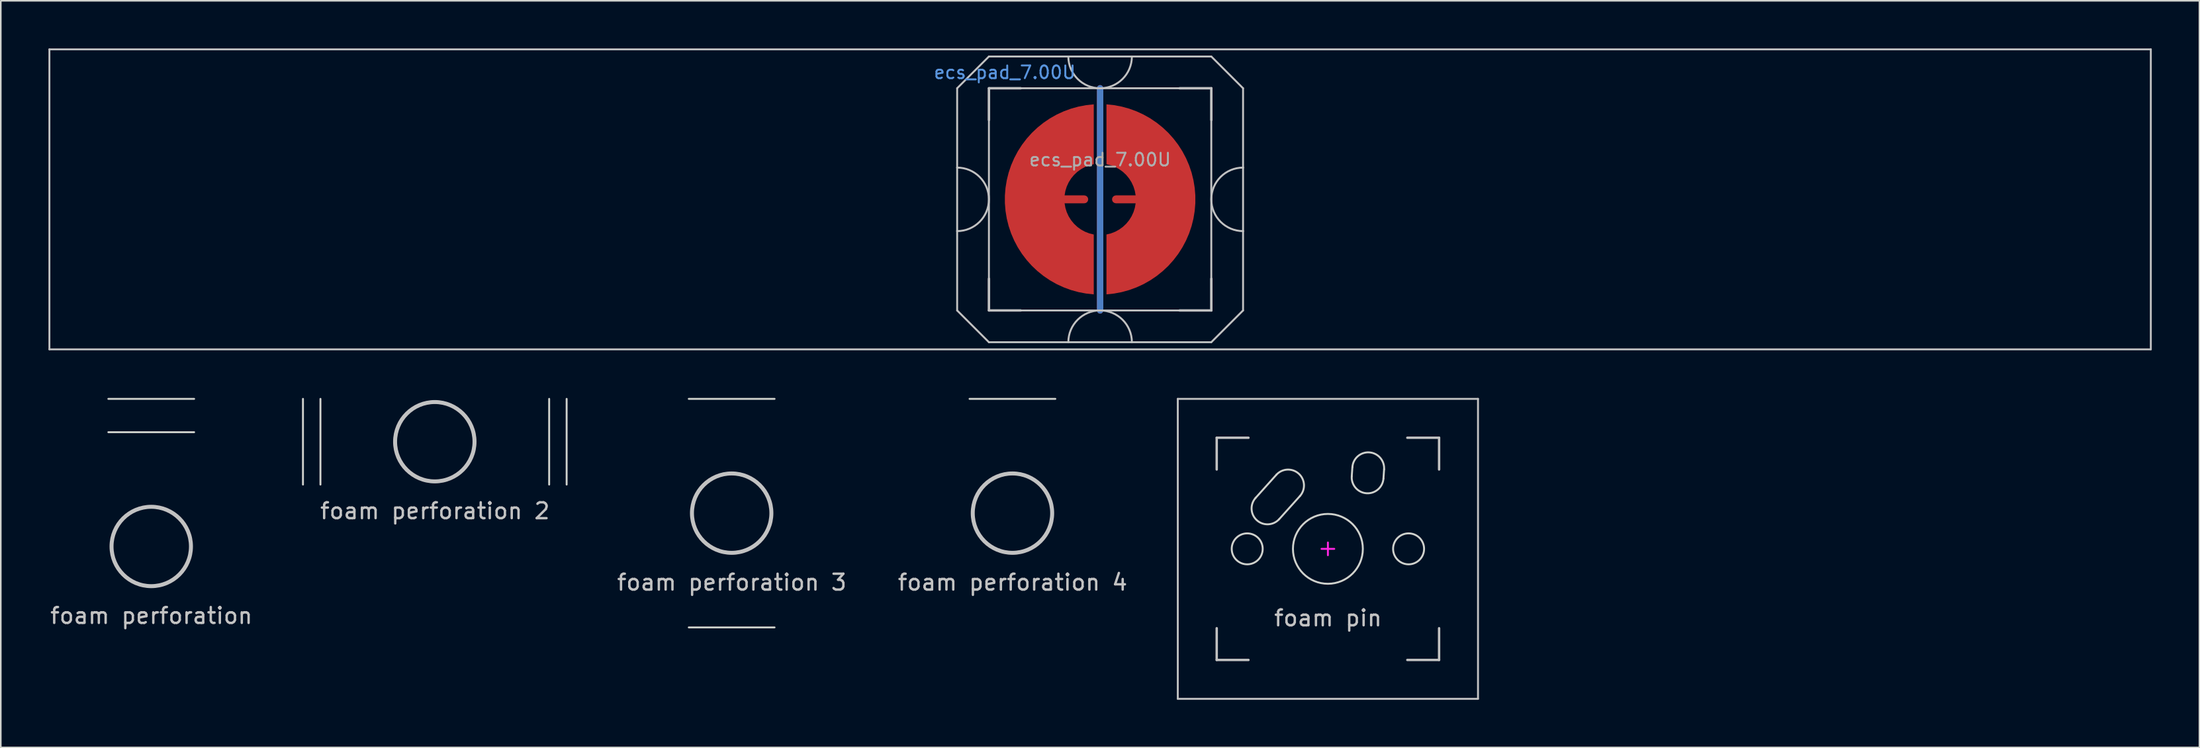
<source format=kicad_pcb>
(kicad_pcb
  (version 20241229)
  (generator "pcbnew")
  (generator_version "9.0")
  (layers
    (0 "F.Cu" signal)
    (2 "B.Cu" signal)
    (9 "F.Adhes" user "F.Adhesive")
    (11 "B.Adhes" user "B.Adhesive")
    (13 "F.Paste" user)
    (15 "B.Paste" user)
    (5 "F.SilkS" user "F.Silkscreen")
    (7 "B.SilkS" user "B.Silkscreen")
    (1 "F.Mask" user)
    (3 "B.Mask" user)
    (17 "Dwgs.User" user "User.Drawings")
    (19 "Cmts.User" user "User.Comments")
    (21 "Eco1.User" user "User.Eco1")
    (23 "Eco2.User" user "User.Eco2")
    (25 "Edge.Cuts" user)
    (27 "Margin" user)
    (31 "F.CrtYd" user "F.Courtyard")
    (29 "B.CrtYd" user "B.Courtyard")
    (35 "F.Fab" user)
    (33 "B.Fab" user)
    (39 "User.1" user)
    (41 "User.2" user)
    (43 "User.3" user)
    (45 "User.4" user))
  (footprint "foam perforation 3"
    (layer "F.Cu")
    (at 43.014 29.28)
    (property "Reference" "foam perforation 3" (at 0.01 4.36 0) (unlocked yes) (layer "Dwgs.User") (effects (font (size 1 1) (thickness 0.15))))
    (attr through_hole)
    (fp_circle (center 0 0) (end 2.5 0) (stroke (width 0.25) (type solid)) (fill no) (layer "Dwgs.User"))
    (fp_line (start -2.7 -7.2) (end 2.7 -7.2) (stroke (width 0.12) (type default)) (layer "Edge.Cuts"))
    (fp_line (start -2.7 7.2) (end 2.7 7.2) (stroke (width 0.12) (type default)) (layer "Edge.Cuts")))
  (footprint "foam pin"
    (layer "F.Cu")
    (at 80.551 31.53)
    (property "Reference" "foam pin" (at 0.01 4.36 0) (unlocked yes) (layer "Dwgs.User") (effects (font (size 1 1) (thickness 0.15))))
    (attr through_hole)
    (fp_line (start -9.45 -9.45) (end 9.45 -9.45) (stroke (width 0.12) (type solid)) (layer "Dwgs.User"))
    (fp_line (start -9.45 9.45) (end -9.45 -9.45) (stroke (width 0.12) (type solid)) (layer "Dwgs.User"))
    (fp_line (start -7 -7) (end -7 -5) (stroke (width 0.15) (type solid)) (layer "Dwgs.User"))
    (fp_line (start -7 5) (end -7 7) (stroke (width 0.15) (type solid)) (layer "Dwgs.User"))
    (fp_line (start -7 7) (end -5 7) (stroke (width 0.15) (type solid)) (layer "Dwgs.User"))
    (fp_line (start -5 -7) (end -7 -7) (stroke (width 0.15) (type solid)) (layer "Dwgs.User"))
    (fp_line (start 5 -7) (end 7 -7) (stroke (width 0.15) (type solid)) (layer "Dwgs.User"))
    (fp_line (start 5 7) (end 7 7) (stroke (width 0.15) (type solid)) (layer "Dwgs.User"))
    (fp_line (start 7 -7) (end 7 -5) (stroke (width 0.15) (type solid)) (layer "Dwgs.User"))
    (fp_line (start 7 7) (end 7 5) (stroke (width 0.15) (type solid)) (layer "Dwgs.User"))
    (fp_line (start 9.45 -9.45) (end 9.45 9.45) (stroke (width 0.12) (type solid)) (layer "Dwgs.User"))
    (fp_line (start 9.45 9.45) (end -9.45 9.45) (stroke (width 0.12) (type solid)) (layer "Dwgs.User"))
    (fp_line (start -4.554 -3.208) (end -3.244 -4.668) (stroke (width 0.12) (type default)) (layer "Edge.Cuts"))
    (fp_line (start -3.066 -1.872) (end -1.756 -3.332) (stroke (width 0.12) (type default)) (layer "Edge.Cuts"))
    (fp_line (start 1.542 -5.148) (end 1.502 -4.568) (stroke (width 0.12) (type default)) (layer "Edge.Cuts"))
    (fp_line (start 3.538 -5.012) (end 3.498 -4.432) (stroke (width 0.12) (type default)) (layer "Edge.Cuts"))
    (fp_arc (start -3.244312 -4.667833) (mid -1.832167 -4.744312) (end -1.755688 -3.332167) (stroke (width 0.12) (type default)) (layer "Edge.Cuts"))
    (fp_arc (start -3.065688 -1.872167) (mid -4.477833 -1.795688) (end -4.554312 -3.207833) (stroke (width 0.12) (type default)) (layer "Edge.Cuts"))
    (fp_arc (start 1.542316 -5.148015) (mid 2.608015 -6.077684) (end 3.537684 -5.011985) (stroke (width 0.12) (type default)) (layer "Edge.Cuts"))
    (fp_arc (start 3.497684 -4.431985) (mid 2.431985 -3.502316) (end 1.502316 -4.568015) (stroke (width 0.12) (type default)) (layer "Edge.Cuts"))
    (fp_circle (center -5.08 0) (end -4.105 0) (stroke (width 0.12) (type solid)) (fill no) (layer "Edge.Cuts"))
    (fp_circle (center 0 0) (end 2.2 0) (stroke (width 0.12) (type solid)) (fill no) (layer "Edge.Cuts"))
    (fp_circle (center 5.08 0) (end 6.055 0) (stroke (width 0.12) (type solid)) (fill no) (layer "Edge.Cuts"))
    (fp_line (start -0.4 0) (end 0.4 0) (stroke (width 0.12) (type default)) (layer "F.CrtYd"))
    (fp_line (start 0 -0.4) (end 0 0.4) (stroke (width 0.12) (type default)) (layer "F.CrtYd")))
  (footprint "foam perforation 2"
    (layer "F.Cu")
    (at 24.324 24.78)
    (property "Reference" "foam perforation 2" (at 0.01 4.36 0) (unlocked yes) (layer "Dwgs.User") (effects (font (size 1 1) (thickness 0.15))))
    (attr through_hole)
    (fp_circle (center 0 0) (end 2.5 0) (stroke (width 0.25) (type solid)) (fill no) (layer "Dwgs.User"))
    (fp_line (start -8.3 -2.7) (end -8.3 2.7) (stroke (width 0.12) (type default)) (layer "Edge.Cuts"))
    (fp_line (start -7.2 -2.7) (end -7.2 2.7) (stroke (width 0.12) (type default)) (layer "Edge.Cuts"))
    (fp_line (start 7.2 -2.7) (end 7.2 2.7) (stroke (width 0.12) (type default)) (layer "Edge.Cuts"))
    (fp_line (start 8.3 -2.7) (end 8.3 2.7) (stroke (width 0.12) (type default)) (layer "Edge.Cuts")))
  (footprint "foam perforation"
    (layer "F.Cu")
    (at 6.472 31.38)
    (property "Reference" "foam perforation" (at 0.01 4.36 0) (unlocked yes) (layer "Dwgs.User") (effects (font (size 1 1) (thickness 0.15))))
    (attr through_hole)
    (fp_circle (center 0 0) (end 2.5 0) (stroke (width 0.25) (type solid)) (fill no) (layer "Dwgs.User"))
    (fp_line (start -2.7 -9.3) (end 2.7 -9.3) (stroke (width 0.12) (type default)) (layer "Edge.Cuts"))
    (fp_line (start -2.7 -7.2) (end 2.7 -7.2) (stroke (width 0.12) (type default)) (layer "Edge.Cuts")))
  (footprint "foam perforation 4"
    (layer "F.Cu")
    (at 60.692 29.28)
    (property "Reference" "foam perforation 4" (at 0.01 4.36 0) (unlocked yes) (layer "Dwgs.User") (effects (font (size 1 1) (thickness 0.15))))
    (attr through_hole)
    (fp_circle (center 0 0) (end 2.5 0) (stroke (width 0.25) (type solid)) (fill no) (layer "Dwgs.User"))
    (fp_line (start -2.7 -7.2) (end 2.7 -7.2) (stroke (width 0.12) (type default)) (layer "Edge.Cuts")))
  (footprint "ecs_pad_7.00U"
    (layer "F.Cu")
    (at 66.21 9.51)
    (property "Reference" "ecs_pad_7.00U" (at -6 -8 0) (layer "Cmts.User") (effects (font (size 0.8 0.8) (thickness 0.12))))
    (attr smd)
    (fp_line (start -66.15 -9.45) (end 66.15 -9.45) (stroke (width 0.12) (type solid)) (layer "Dwgs.User"))
    (fp_line (start -66.15 9.45) (end -66.15 -9.45) (stroke (width 0.12) (type solid)) (layer "Dwgs.User"))
    (fp_line (start -9 -7) (end -9 -2) (stroke (width 0.12) (type solid)) (layer "Dwgs.User"))
    (fp_line (start -9 -2) (end -9 2) (stroke (width 0.12) (type solid)) (layer "Dwgs.User"))
    (fp_line (start -9 2) (end -9 7) (stroke (width 0.12) (type solid)) (layer "Dwgs.User"))
    (fp_line (start -9 7) (end -7 9) (stroke (width 0.12) (type solid)) (layer "Dwgs.User"))
    (fp_line (start -7 -9) (end -9 -7) (stroke (width 0.12) (type solid)) (layer "Dwgs.User"))
    (fp_line (start -7 -7) (end -7 7) (stroke (width 0.12) (type solid)) (layer "Dwgs.User"))
    (fp_line (start -7 7) (end 7 7) (stroke (width 0.12) (type solid)) (layer "Dwgs.User"))
    (fp_line (start -7 9) (end 7 9) (stroke (width 0.12) (type solid)) (layer "Dwgs.User"))
    (fp_line (start -6.997 -7) (end -6.997 -5) (stroke (width 0.15) (type solid)) (layer "Dwgs.User"))
    (fp_line (start -6.997 5) (end -6.997 7) (stroke (width 0.15) (type solid)) (layer "Dwgs.User"))
    (fp_line (start -6.997 7) (end -4.997 7) (stroke (width 0.15) (type solid)) (layer "Dwgs.User"))
    (fp_line (start -4.997 -7) (end -6.997 -7) (stroke (width 0.15) (type solid)) (layer "Dwgs.User"))
    (fp_line (start 5.003 -7) (end 7.003 -7) (stroke (width 0.15) (type solid)) (layer "Dwgs.User"))
    (fp_line (start 5.003 7) (end 7.003 7) (stroke (width 0.15) (type solid)) (layer "Dwgs.User"))
    (fp_line (start 7 -9) (end -7 -9) (stroke (width 0.12) (type solid)) (layer "Dwgs.User"))
    (fp_line (start 7 -9) (end 9 -7) (stroke (width 0.12) (type solid)) (layer "Dwgs.User"))
    (fp_line (start 7 -7) (end -7 -7) (stroke (width 0.12) (type solid)) (layer "Dwgs.User"))
    (fp_line (start 7 7) (end 7 -7) (stroke (width 0.12) (type solid)) (layer "Dwgs.User"))
    (fp_line (start 7 9) (end 9 7) (stroke (width 0.12) (type solid)) (layer "Dwgs.User"))
    (fp_line (start 7.003 -7) (end 7.003 -5) (stroke (width 0.15) (type solid)) (layer "Dwgs.User"))
    (fp_line (start 7.003 7) (end 7.003 5) (stroke (width 0.15) (type solid)) (layer "Dwgs.User"))
    (fp_line (start 9 -2) (end 9 -7) (stroke (width 0.12) (type solid)) (layer "Dwgs.User"))
    (fp_line (start 9 -2) (end 9 2) (stroke (width 0.12) (type solid)) (layer "Dwgs.User"))
    (fp_line (start 9 7) (end 9 2) (stroke (width 0.12) (type solid)) (layer "Dwgs.User"))
    (fp_line (start 66.15 -9.45) (end 66.15 9.45) (stroke (width 0.12) (type solid)) (layer "Dwgs.User"))
    (fp_line (start 66.15 9.45) (end -66.15 9.45) (stroke (width 0.12) (type solid)) (layer "Dwgs.User"))
    (fp_arc (start -9 -2) (mid -7 0) (end -9 2) (stroke (width 0.12) (type solid)) (layer "Dwgs.User"))
    (fp_arc (start -2 9) (mid 0 7) (end 2 9) (stroke (width 0.12) (type solid)) (layer "Dwgs.User"))
    (fp_arc (start 2 -9) (mid 0 -7) (end -2 -9) (stroke (width 0.12) (type solid)) (layer "Dwgs.User"))
    (fp_arc (start 9 2) (mid 7 0) (end 9 -2) (stroke (width 0.12) (type solid)) (layer "Dwgs.User"))
    (fp_circle (center 0 0) (end 6.553 0) (stroke (width 0.12) (type solid)) (fill no) (layer "User.3"))
    (fp_text user "${REFERENCE}" (at 0 -2.5 0) (layer "F.Fab") (effects (font (size 0.8 0.8) (thickness 0.12))))
    (pad "1" smd custom (at -1 0) (size 0.4 0.4) (layers "F.Cu") (options (anchor circle)) (primitives (gr_poly (pts (xy 0.6 -2.214) (xy 0.32 -2.145) (xy 0.052 -2.041) (xy -0.201 -1.903) (xy -0.434 -1.734) (xy -0.644 -1.536) (xy -0.826 -1.314) (xy -0.979 -1.07) (xy -1.1 -0.808) (xy -1.186 -0.534) (xy -1.236 -0.25) (xy 0 -0.25) (xy 0.096 -0.231) (xy 0.177 -0.177) (xy 0.231 -0.096) (xy 0.25 0) (xy 0.231 0.096) (xy 0.177 0.177) (xy 0.096 0.231) (xy 0 0.25) (xy -1.236 0.25) (xy -1.186 0.534) (xy -1.1 0.808) (xy -0.979 1.07) (xy -0.826 1.314) (xy -0.644 1.536) (xy -0.434 1.734) (xy -0.201 1.903) (xy 0.052 2.041) (xy 0.32 2.145) (xy 0.6 2.214) (xy 0.6 5.987) (xy 0.115 5.934) (xy -0.364 5.843) (xy -0.834 5.713) (xy -1.292 5.545) (xy -1.735 5.341) (xy -2.159 5.101) (xy -2.563 4.827) (xy -2.943 4.522) (xy -3.298 4.187) (xy -3.623 3.824) (xy -3.919 3.436) (xy -4.182 3.025) (xy -4.41 2.594) (xy -4.603 2.147) (xy -4.759 1.684) (xy -4.876 1.211) (xy -4.955 0.73) (xy -4.995 0.244) (xy -4.995 -0.244) (xy -4.955 -0.73) (xy -4.876 -1.211) (xy -4.759 -1.684) (xy -4.603 -2.147) (xy -4.41 -2.594) (xy -4.182 -3.025) (xy -3.919 -3.436) (xy -3.623 -3.824) (xy -3.298 -4.187) (xy -2.943 -4.522) (xy -2.563 -4.827) (xy -2.159 -5.101) (xy -1.735 -5.341) (xy -1.292 -5.545) (xy -0.834 -5.713) (xy -0.364 -5.843) (xy 0.115 -5.934) (xy 0.6 -5.987)) (width 0) (fill yes))))
    (pad "2" smd custom (at 1 0 180) (size 0.4 0.4) (layers "F.Cu") (options (anchor circle)) (primitives (gr_poly (pts (xy 0.6 -2.214) (xy 0.32 -2.145) (xy 0.052 -2.041) (xy -0.201 -1.903) (xy -0.434 -1.734) (xy -0.644 -1.536) (xy -0.826 -1.314) (xy -0.979 -1.07) (xy -1.1 -0.808) (xy -1.186 -0.534) (xy -1.236 -0.25) (xy 0 -0.25) (xy 0.096 -0.231) (xy 0.177 -0.177) (xy 0.231 -0.096) (xy 0.25 0) (xy 0.231 0.096) (xy 0.177 0.177) (xy 0.096 0.231) (xy 0 0.25) (xy -1.236 0.25) (xy -1.186 0.534) (xy -1.1 0.808) (xy -0.979 1.07) (xy -0.826 1.314) (xy -0.644 1.536) (xy -0.434 1.734) (xy -0.201 1.903) (xy 0.052 2.041) (xy 0.32 2.145) (xy 0.6 2.214) (xy 0.6 5.987) (xy 0.115 5.934) (xy -0.364 5.843) (xy -0.834 5.713) (xy -1.292 5.545) (xy -1.735 5.341) (xy -2.159 5.101) (xy -2.563 4.827) (xy -2.943 4.522) (xy -3.298 4.187) (xy -3.623 3.824) (xy -3.919 3.436) (xy -4.182 3.025) (xy -4.41 2.594) (xy -4.603 2.147) (xy -4.759 1.684) (xy -4.876 1.211) (xy -4.955 0.73) (xy -4.995 0.244) (xy -4.995 -0.244) (xy -4.955 -0.73) (xy -4.876 -1.211) (xy -4.759 -1.684) (xy -4.603 -2.147) (xy -4.41 -2.594) (xy -4.182 -3.025) (xy -3.919 -3.436) (xy -3.623 -3.824) (xy -3.298 -4.187) (xy -2.943 -4.522) (xy -2.563 -4.827) (xy -2.159 -5.101) (xy -1.735 -5.341) (xy -1.292 -5.545) (xy -0.834 -5.713) (xy -0.364 -5.843) (xy 0.115 -5.934) (xy 0.6 -5.987)) (width 0) (fill yes))))
    (pad "3" smd custom (at 0 -7) (size 0.4 0.4) (layers "F.Cu") (options (anchor circle)) (primitives (gr_line (start 0 0) (end 0 14) (width 0.4))))
    (pad "3" smd custom (at 0 -7) (size 0.4 0.4) (layers "B.Cu") (options (anchor circle)) (primitives (gr_line (start 0 0) (end 0 14) (width 0.4))))
    (zone (net_name "") (layer "B.Cu") (hatch edge 0.508) (connect_pads) (min_thickness 0.254) (filled_areas_thickness no) (keepout (tracks allowed) (vias allowed) (pads allowed) (copperpour not_allowed) (footprints allowed)) (placement (enabled no)) (fill) (polygon (pts (xy 72.768 9.51) (xy 72.748 8.995) (xy 72.688 8.484) (xy 72.587 7.979) (xy 72.447 7.483) (xy 72.269 7) (xy 72.053 6.533) (xy 71.802 6.083) (xy 71.516 5.655) (xy 71.197 5.251) (xy 70.847 4.873) (xy 70.469 4.523) (xy 70.065 4.204) (xy 69.637 3.918) (xy 69.187 3.667) (xy 68.72 3.451) (xy 68.237 3.273) (xy 67.741 3.133) (xy 67.236 3.032) (xy 66.725 2.972) (xy 66.21 2.952) (xy 65.695 2.972) (xy 65.184 3.032) (xy 64.679 3.133) (xy 64.183 3.273) (xy 63.7 3.451) (xy 63.233 3.667) (xy 62.783 3.918) (xy 62.355 4.204) (xy 61.951 4.523) (xy 61.573 4.873) (xy 61.223 5.251) (xy 60.904 5.655) (xy 60.618 6.083) (xy 60.367 6.533) (xy 60.151 7) (xy 59.973 7.483) (xy 59.833 7.979) (xy 59.732 8.484) (xy 59.672 8.995) (xy 59.652 9.51) (xy 59.672 10.025) (xy 59.732 10.536) (xy 59.833 11.041) (xy 59.973 11.537) (xy 60.151 12.02) (xy 60.367 12.487) (xy 60.618 12.937) (xy 60.904 13.365) (xy 61.223 13.769) (xy 61.573 14.147) (xy 61.951 14.497) (xy 62.355 14.816) (xy 62.783 15.102) (xy 63.233 15.353) (xy 63.7 15.569) (xy 64.183 15.747) (xy 64.679 15.887) (xy 65.184 15.988) (xy 65.695 16.048) (xy 66.21 16.068) (xy 66.725 16.048) (xy 67.236 15.988) (xy 67.741 15.887) (xy 68.237 15.747) (xy 68.72 15.569) (xy 69.187 15.353) (xy 69.637 15.102) (xy 70.065 14.816) (xy 70.469 14.497) (xy 70.847 14.147) (xy 71.197 13.769) (xy 71.516 13.365) (xy 71.802 12.937) (xy 72.053 12.487) (xy 72.269 12.02) (xy 72.447 11.537) (xy 72.587 11.041) (xy 72.688 10.536) (xy 72.748 10.025)))))
  (gr_rect
    (start -3 -3)
    (end 135.42 44.04)
    (stroke (width 0.1) (type default))
    (fill no)
    (layer "Edge.Cuts")))
</source>
